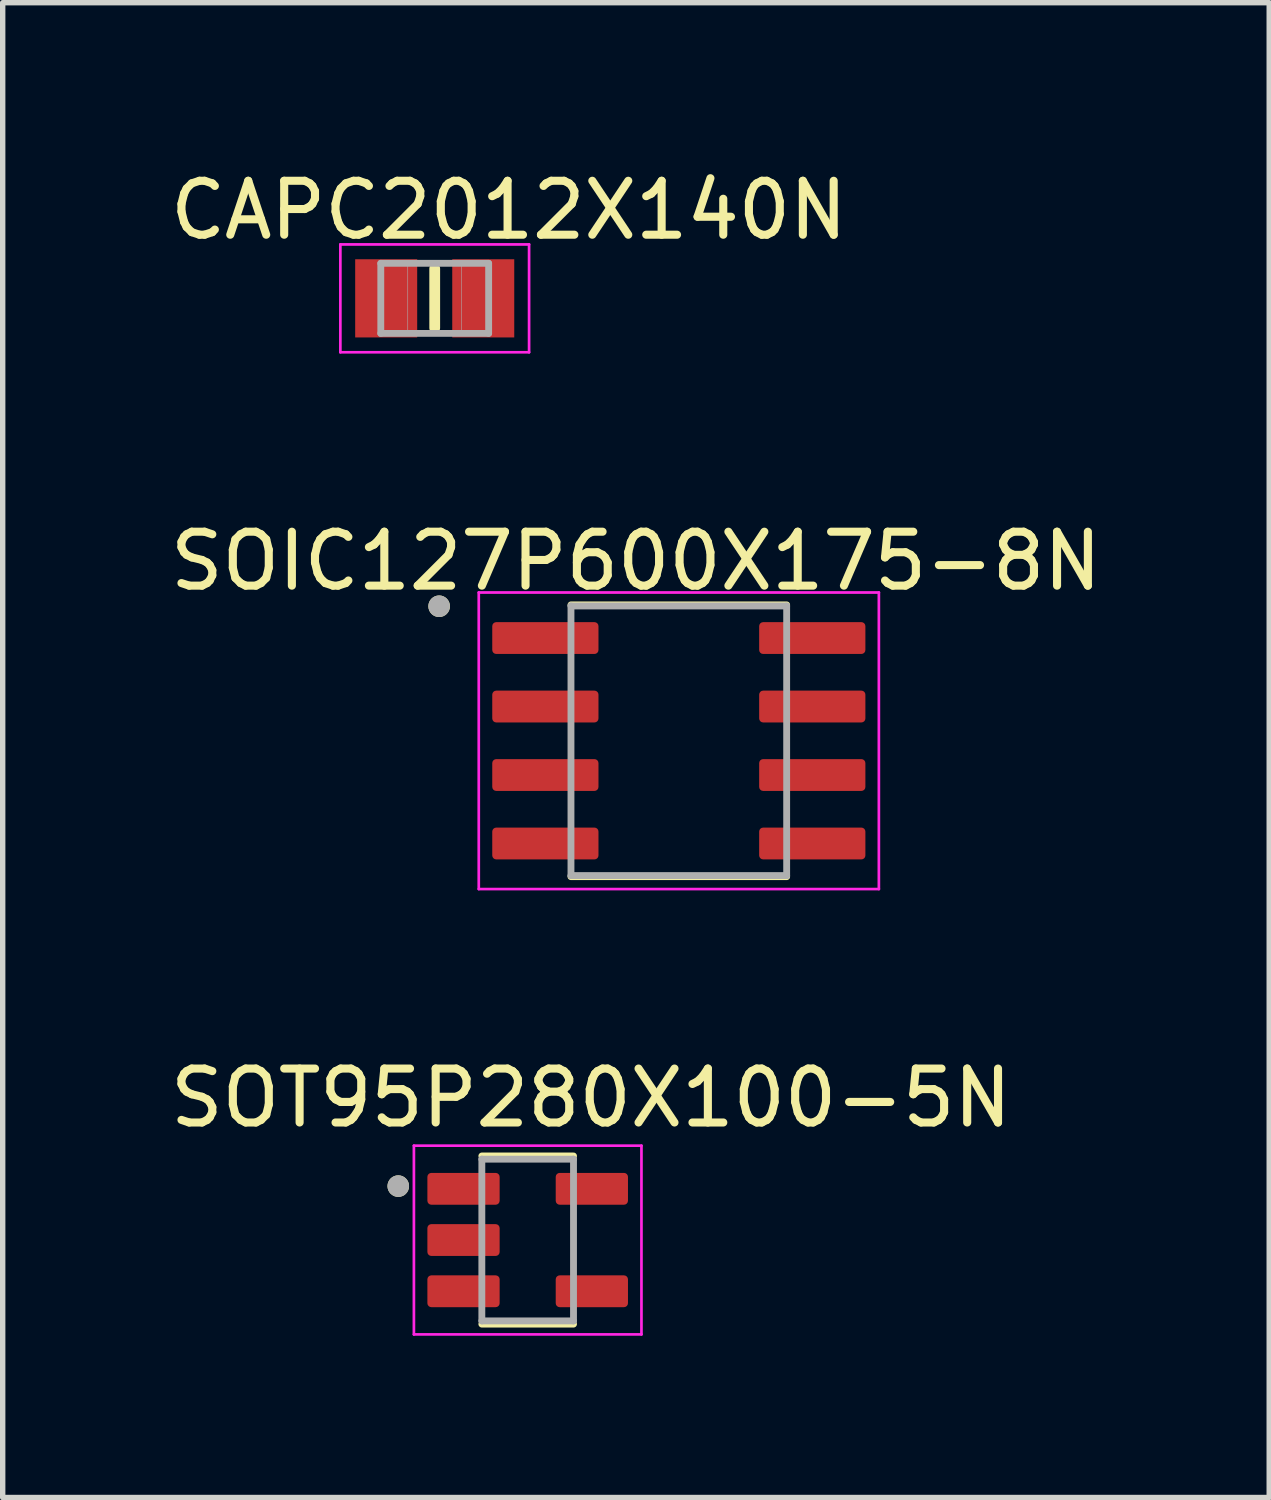
<source format=kicad_pcb>
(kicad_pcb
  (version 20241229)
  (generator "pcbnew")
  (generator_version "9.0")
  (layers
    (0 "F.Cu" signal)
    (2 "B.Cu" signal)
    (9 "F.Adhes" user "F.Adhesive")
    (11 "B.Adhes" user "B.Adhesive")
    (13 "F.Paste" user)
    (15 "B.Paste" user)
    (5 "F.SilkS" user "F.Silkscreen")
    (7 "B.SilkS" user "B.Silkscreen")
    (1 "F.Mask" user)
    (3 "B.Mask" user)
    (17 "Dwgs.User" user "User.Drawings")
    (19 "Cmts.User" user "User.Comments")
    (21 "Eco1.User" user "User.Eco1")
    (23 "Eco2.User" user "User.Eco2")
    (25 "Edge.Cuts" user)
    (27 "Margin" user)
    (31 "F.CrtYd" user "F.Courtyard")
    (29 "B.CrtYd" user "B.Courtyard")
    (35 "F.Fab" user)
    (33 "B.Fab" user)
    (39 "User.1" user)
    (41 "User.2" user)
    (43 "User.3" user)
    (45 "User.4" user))
  (footprint "SOT95P280X100-5N"
    (layer "F.Cu")
    (at 6.736 19.947)
    (property "Reference" "SOT95P280X100-5N" (at 1.175 -2.635 0) (layer "F.SilkS") (effects (font (size 1 1) (thickness 0.15))))
    (attr smd)
    (fp_line (start -0.85 -1.559) (end 0.85 -1.559) (stroke (width 0.127) (type solid)) (layer "F.SilkS"))
    (fp_line (start -0.85 1.559) (end 0.85 1.559) (stroke (width 0.127) (type solid)) (layer "F.SilkS"))
    (fp_circle (center -2.4 -1) (end -2.3 -1) (stroke (width 0.2) (type solid)) (fill no) (layer "F.SilkS"))
    (fp_line (start -2.11 -1.75) (end 2.11 -1.75) (stroke (width 0.05) (type solid)) (layer "F.CrtYd"))
    (fp_line (start -2.11 1.75) (end -2.11 -1.75) (stroke (width 0.05) (type solid)) (layer "F.CrtYd"))
    (fp_line (start 2.11 -1.75) (end 2.11 1.75) (stroke (width 0.05) (type solid)) (layer "F.CrtYd"))
    (fp_line (start 2.11 1.75) (end -2.11 1.75) (stroke (width 0.05) (type solid)) (layer "F.CrtYd"))
    (fp_line (start -0.85 -1.5) (end 0.85 -1.5) (stroke (width 0.127) (type solid)) (layer "F.Fab"))
    (fp_line (start -0.85 1.5) (end -0.85 -1.5) (stroke (width 0.127) (type solid)) (layer "F.Fab"))
    (fp_line (start 0.85 -1.5) (end 0.85 1.5) (stroke (width 0.127) (type solid)) (layer "F.Fab"))
    (fp_line (start 0.85 1.5) (end -0.85 1.5) (stroke (width 0.127) (type solid)) (layer "F.Fab"))
    (fp_circle (center -2.4 -1) (end -2.3 -1) (stroke (width 0.2) (type solid)) (fill no) (layer "F.Fab"))
    (pad "1" smd roundrect (at -1.19 -0.95) (size 1.34 0.59) (layers "F.Cu" "F.Mask" "F.Paste") (roundrect_rratio 0.125))
    (pad "2" smd roundrect (at -1.19 0) (size 1.34 0.59) (layers "F.Cu" "F.Mask" "F.Paste") (roundrect_rratio 0.125))
    (pad "3" smd roundrect (at -1.19 0.95) (size 1.34 0.59) (layers "F.Cu" "F.Mask" "F.Paste") (roundrect_rratio 0.125))
    (pad "4" smd roundrect (at 1.19 0.95) (size 1.34 0.59) (layers "F.Cu" "F.Mask" "F.Paste") (roundrect_rratio 0.125))
    (pad "5" smd roundrect (at 1.19 -0.95) (size 1.34 0.59) (layers "F.Cu" "F.Mask" "F.Paste") (roundrect_rratio 0.125)))
  (footprint "CAPC2012X140N"
    (layer "F.Cu")
    (at 5.012 2.483)
    (property "Reference" "CAPC2012X140N" (at 1.375 -1.635 0) (layer "F.SilkS") (effects (font (size 1 1) (thickness 0.15))))
    (attr smd)
    (fp_line (start 0 -0.55) (end 0 0.55) (stroke (width 0.2) (type solid)) (layer "F.SilkS"))
    (fp_line (start -1.75 -1) (end 1.75 -1) (stroke (width 0.05) (type solid)) (layer "F.CrtYd"))
    (fp_line (start -1.75 1) (end -1.75 -1) (stroke (width 0.05) (type solid)) (layer "F.CrtYd"))
    (fp_line (start 1.75 -1) (end 1.75 1) (stroke (width 0.05) (type solid)) (layer "F.CrtYd"))
    (fp_line (start 1.75 1) (end -1.75 1) (stroke (width 0.05) (type solid)) (layer "F.CrtYd"))
    (fp_line (start -1 -0.65) (end 1 -0.65) (stroke (width 0.127) (type solid)) (layer "F.Fab"))
    (fp_line (start -1 0.65) (end -1 -0.65) (stroke (width 0.127) (type solid)) (layer "F.Fab"))
    (fp_line (start 1 -0.65) (end 1 0.65) (stroke (width 0.127) (type solid)) (layer "F.Fab"))
    (fp_line (start 1 0.65) (end -1 0.65) (stroke (width 0.127) (type solid)) (layer "F.Fab"))
    (fp_poly (pts (xy -1 -0.65) (xy -0.5 -0.65) (xy -0.5 0.65) (xy -1 0.65)) (stroke (width 0.01) (type solid)) (fill no) (layer "F.Fab"))
    (fp_poly (pts (xy 0.5 -0.65) (xy 1 -0.65) (xy 1 0.65) (xy 0.5 0.65)) (stroke (width 0.01) (type solid)) (fill no) (layer "F.Fab"))
    (pad "1" smd rect (at -0.9 0) (size 1.15 1.45) (layers "F.Cu" "F.Mask" "F.Paste"))
    (pad "2" smd rect (at 0.9 0) (size 1.15 1.45) (layers "F.Cu" "F.Mask" "F.Paste")))
  (footprint "SOIC127P600X175-8N"
    (layer "F.Cu")
    (at 9.539 10.688)
    (property "Reference" "SOIC127P600X175-8N" (at -0.795 -3.332 0) (layer "F.SilkS") (effects (font (size 1 1) (thickness 0.15))))
    (attr smd)
    (fp_line (start -2 -2.52) (end 2 -2.52) (stroke (width 0.127) (type solid)) (layer "F.SilkS"))
    (fp_line (start -2 2.52) (end 2 2.52) (stroke (width 0.127) (type solid)) (layer "F.SilkS"))
    (fp_circle (center -4.445 -2.495) (end -4.345 -2.495) (stroke (width 0.2) (type solid)) (fill no) (layer "F.SilkS"))
    (fp_line (start -3.71 -2.75) (end -3.71 2.75) (stroke (width 0.05) (type solid)) (layer "F.CrtYd"))
    (fp_line (start -3.71 -2.75) (end 3.71 -2.75) (stroke (width 0.05) (type solid)) (layer "F.CrtYd"))
    (fp_line (start -3.71 2.75) (end 3.71 2.75) (stroke (width 0.05) (type solid)) (layer "F.CrtYd"))
    (fp_line (start 3.71 -2.75) (end 3.71 2.75) (stroke (width 0.05) (type solid)) (layer "F.CrtYd"))
    (fp_line (start -2 -2.5) (end -2 2.5) (stroke (width 0.127) (type solid)) (layer "F.Fab"))
    (fp_line (start -2 -2.5) (end 2 -2.5) (stroke (width 0.127) (type solid)) (layer "F.Fab"))
    (fp_line (start -2 2.5) (end 2 2.5) (stroke (width 0.127) (type solid)) (layer "F.Fab"))
    (fp_line (start 2 -2.5) (end 2 2.5) (stroke (width 0.127) (type solid)) (layer "F.Fab"))
    (fp_circle (center -4.445 -2.495) (end -4.345 -2.495) (stroke (width 0.2) (type solid)) (fill no) (layer "F.Fab"))
    (pad "1" smd roundrect (at -2.475 -1.905) (size 1.97 0.59) (layers "F.Cu" "F.Mask" "F.Paste") (roundrect_rratio 0.125))
    (pad "2" smd roundrect (at -2.475 -0.635) (size 1.97 0.59) (layers "F.Cu" "F.Mask" "F.Paste") (roundrect_rratio 0.125))
    (pad "3" smd roundrect (at -2.475 0.635) (size 1.97 0.59) (layers "F.Cu" "F.Mask" "F.Paste") (roundrect_rratio 0.125))
    (pad "4" smd roundrect (at -2.475 1.905) (size 1.97 0.59) (layers "F.Cu" "F.Mask" "F.Paste") (roundrect_rratio 0.125))
    (pad "5" smd roundrect (at 2.475 1.905) (size 1.97 0.59) (layers "F.Cu" "F.Mask" "F.Paste") (roundrect_rratio 0.125))
    (pad "6" smd roundrect (at 2.475 0.635) (size 1.97 0.59) (layers "F.Cu" "F.Mask" "F.Paste") (roundrect_rratio 0.125))
    (pad "7" smd roundrect (at 2.475 -0.635) (size 1.97 0.59) (layers "F.Cu" "F.Mask" "F.Paste") (roundrect_rratio 0.125))
    (pad "8" smd roundrect (at 2.475 -1.905) (size 1.97 0.59) (layers "F.Cu" "F.Mask" "F.Paste") (roundrect_rratio 0.125)))
  (gr_rect
    (start -3 -3)
    (end 20.488 24.722)
    (stroke (width 0.1) (type default))
    (fill no)
    (layer "Edge.Cuts")))
</source>
